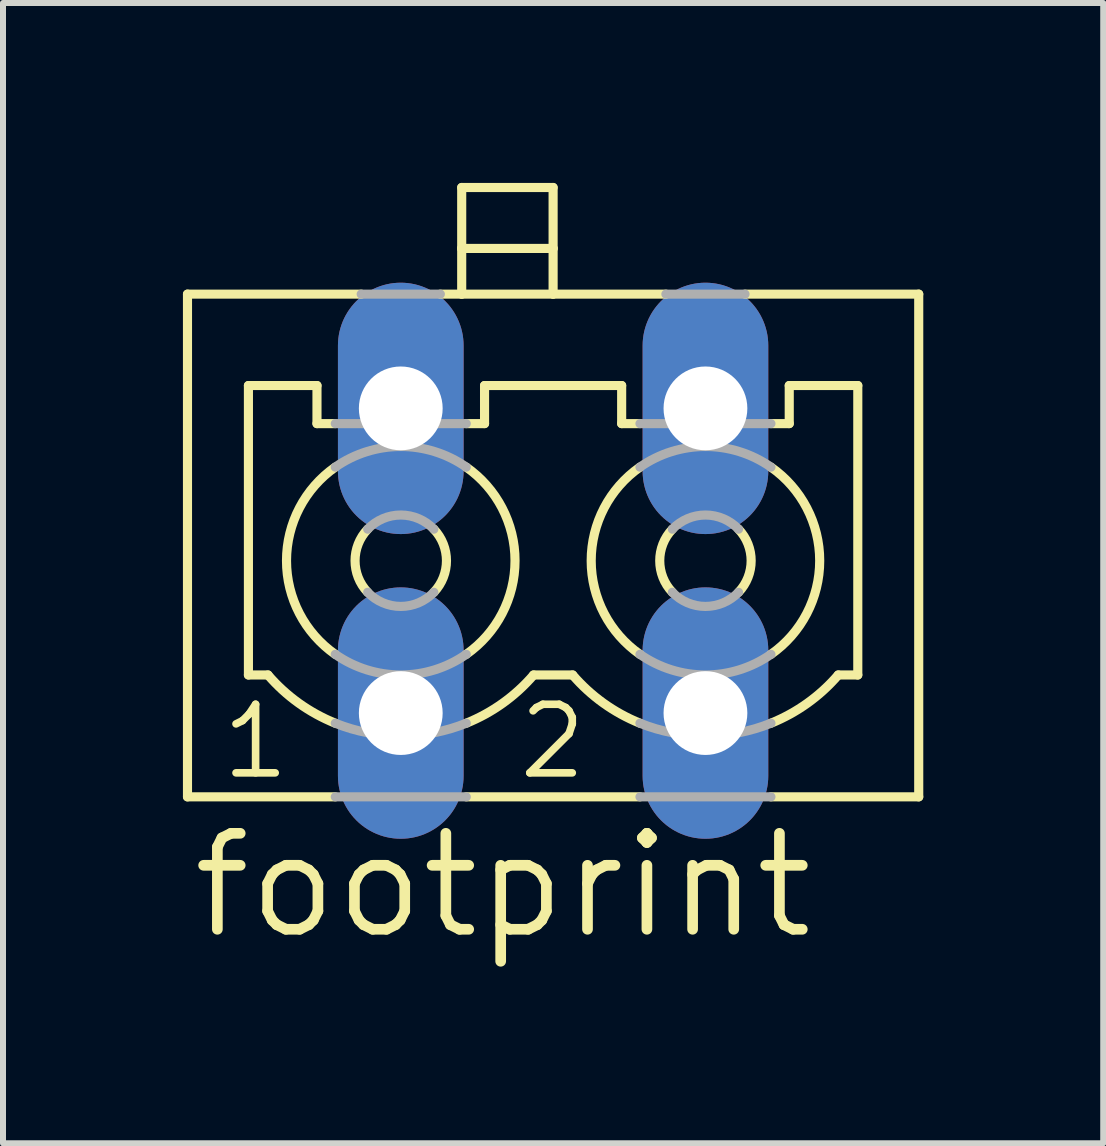
<source format=kicad_pcb>
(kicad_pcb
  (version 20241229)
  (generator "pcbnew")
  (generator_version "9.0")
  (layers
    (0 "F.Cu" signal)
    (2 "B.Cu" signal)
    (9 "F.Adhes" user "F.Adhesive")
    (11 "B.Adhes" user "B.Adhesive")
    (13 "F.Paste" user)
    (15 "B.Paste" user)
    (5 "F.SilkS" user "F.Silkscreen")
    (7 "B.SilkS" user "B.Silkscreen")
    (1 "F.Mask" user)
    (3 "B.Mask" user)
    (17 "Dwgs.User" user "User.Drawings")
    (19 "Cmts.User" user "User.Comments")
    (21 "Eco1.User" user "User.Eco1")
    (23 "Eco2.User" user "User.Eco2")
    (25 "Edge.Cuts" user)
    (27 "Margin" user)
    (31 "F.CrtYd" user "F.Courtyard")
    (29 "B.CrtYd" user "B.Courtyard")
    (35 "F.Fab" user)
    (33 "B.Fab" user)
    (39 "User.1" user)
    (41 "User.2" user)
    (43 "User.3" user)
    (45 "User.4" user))
  (footprint "footprint"
    (layer "F.Cu")
    (at 6.172 6.299)
    (property "Reference" "footprint" (at -6.096 6.35 0) (layer "F.SilkS") (effects (font (size 1.6 1.6) (thickness 0.178)) (justify left bottom)))
    (fp_line (start -6.096 -4.445) (end -6.096 3.937) (stroke (width 0.152) (type solid)) (layer "F.SilkS"))
    (fp_line (start -6.096 -4.445) (end -3.199 -4.445) (stroke (width 0.152) (type solid)) (layer "F.SilkS"))
    (fp_line (start -6.096 3.937) (end -3.632 3.937) (stroke (width 0.152) (type solid)) (layer "F.SilkS"))
    (fp_line (start -5.08 -2.921) (end -5.08 1.905) (stroke (width 0.152) (type solid)) (layer "F.SilkS"))
    (fp_line (start -5.08 -2.921) (end -3.937 -2.921) (stroke (width 0.152) (type solid)) (layer "F.SilkS"))
    (fp_line (start -5.08 1.905) (end -4.754 1.905) (stroke (width 0.152) (type solid)) (layer "F.SilkS"))
    (fp_line (start -3.937 -2.286) (end -3.937 -2.921) (stroke (width 0.152) (type solid)) (layer "F.SilkS"))
    (fp_line (start -3.937 -2.286) (end -3.632 -2.286) (stroke (width 0.152) (type solid)) (layer "F.SilkS"))
    (fp_line (start -1.88 -4.445) (end -1.524 -4.445) (stroke (width 0.152) (type solid)) (layer "F.SilkS"))
    (fp_line (start -1.524 -5.207) (end -1.524 -6.223) (stroke (width 0.152) (type solid)) (layer "F.SilkS"))
    (fp_line (start -1.524 -5.207) (end 0 -5.207) (stroke (width 0.152) (type solid)) (layer "F.SilkS"))
    (fp_line (start -1.524 -4.445) (end -1.524 -5.207) (stroke (width 0.152) (type solid)) (layer "F.SilkS"))
    (fp_line (start -1.524 -4.445) (end 0 -4.445) (stroke (width 0.152) (type solid)) (layer "F.SilkS"))
    (fp_line (start -1.448 -2.286) (end -1.143 -2.286) (stroke (width 0.152) (type solid)) (layer "F.SilkS"))
    (fp_line (start -1.448 3.937) (end 1.448 3.937) (stroke (width 0.152) (type solid)) (layer "F.SilkS"))
    (fp_line (start -1.143 -2.921) (end 1.143 -2.921) (stroke (width 0.152) (type solid)) (layer "F.SilkS"))
    (fp_line (start -1.143 -2.286) (end -1.143 -2.921) (stroke (width 0.152) (type solid)) (layer "F.SilkS"))
    (fp_line (start -0.326 1.905) (end 0.326 1.905) (stroke (width 0.152) (type solid)) (layer "F.SilkS"))
    (fp_line (start 0 -6.223) (end -1.524 -6.223) (stroke (width 0.152) (type solid)) (layer "F.SilkS"))
    (fp_line (start 0 -5.207) (end 0 -6.223) (stroke (width 0.152) (type solid)) (layer "F.SilkS"))
    (fp_line (start 0 -4.445) (end 0 -5.207) (stroke (width 0.152) (type solid)) (layer "F.SilkS"))
    (fp_line (start 0 -4.445) (end 1.88 -4.445) (stroke (width 0.152) (type solid)) (layer "F.SilkS"))
    (fp_line (start 1.143 -2.286) (end 1.143 -2.921) (stroke (width 0.152) (type solid)) (layer "F.SilkS"))
    (fp_line (start 1.143 -2.286) (end 1.448 -2.286) (stroke (width 0.152) (type solid)) (layer "F.SilkS"))
    (fp_line (start 3.2 -4.445) (end 6.096 -4.445) (stroke (width 0.152) (type solid)) (layer "F.SilkS"))
    (fp_line (start 3.632 -2.286) (end 3.937 -2.286) (stroke (width 0.152) (type solid)) (layer "F.SilkS"))
    (fp_line (start 3.632 3.937) (end 6.096 3.937) (stroke (width 0.152) (type solid)) (layer "F.SilkS"))
    (fp_line (start 3.937 -2.921) (end 5.08 -2.921) (stroke (width 0.152) (type solid)) (layer "F.SilkS"))
    (fp_line (start 3.937 -2.286) (end 3.937 -2.921) (stroke (width 0.152) (type solid)) (layer "F.SilkS"))
    (fp_line (start 4.754 1.905) (end 5.08 1.905) (stroke (width 0.152) (type solid)) (layer "F.SilkS"))
    (fp_line (start 5.08 1.905) (end 5.08 -2.921) (stroke (width 0.152) (type solid)) (layer "F.SilkS"))
    (fp_line (start 6.096 -4.445) (end 6.096 3.937) (stroke (width 0.152) (type solid)) (layer "F.SilkS"))
    (fp_arc (start -3.632199 1.560801) (mid -4.444993 0.000001) (end -3.6322 -1.5608) (stroke (width 0.1524) (type solid)) (layer "F.SilkS"))
    (fp_arc (start -3.6318 2.7092) (mid -4.241094 2.374351) (end -4.754 1.905) (stroke (width 0.1524) (type solid)) (layer "F.SilkS"))
    (fp_arc (start -3.0914 0.526) (mid -3.302049 0) (end -3.0914 -0.526) (stroke (width 0.1524) (type solid)) (layer "F.SilkS"))
    (fp_arc (start -1.988599 -0.525999) (mid -1.777951 0.000001) (end -1.9886 0.526) (stroke (width 0.1524) (type solid)) (layer "F.SilkS"))
    (fp_arc (start -1.4478 -1.5608) (mid -0.635007 0) (end -1.4478 1.5608) (stroke (width 0.1524) (type solid)) (layer "F.SilkS"))
    (fp_arc (start -0.3255 1.9051) (mid -0.838459 2.374412) (end -1.4478 2.7092) (stroke (width 0.1524) (type solid)) (layer "F.SilkS"))
    (fp_arc (start 1.4478 1.5608) (mid 0.635007 0) (end 1.4478 -1.5608) (stroke (width 0.1524) (type solid)) (layer "F.SilkS"))
    (fp_arc (start 1.4482 2.709) (mid 0.838916 2.374254) (end 0.326 1.905) (stroke (width 0.1524) (type solid)) (layer "F.SilkS"))
    (fp_arc (start 1.988599 0.525999) (mid 1.777951 -0.000001) (end 1.9886 -0.526) (stroke (width 0.1524) (type solid)) (layer "F.SilkS"))
    (fp_arc (start 3.0914 -0.526) (mid 3.302049 0) (end 3.0914 0.526) (stroke (width 0.1524) (type solid)) (layer "F.SilkS"))
    (fp_arc (start 3.632199 -1.560801) (mid 4.444993 -0.000001) (end 3.6322 1.5608) (stroke (width 0.1524) (type solid)) (layer "F.SilkS"))
    (fp_arc (start 4.754 1.905) (mid 4.241094 2.374351) (end 3.6318 2.7092) (stroke (width 0.1524) (type solid)) (layer "F.SilkS"))
    (fp_line (start -3.632 -2.286) (end -1.448 -2.286) (stroke (width 0.152) (type solid)) (layer "F.Fab"))
    (fp_line (start -3.632 3.937) (end -1.448 3.937) (stroke (width 0.152) (type solid)) (layer "F.Fab"))
    (fp_line (start -3.2 -4.445) (end -1.88 -4.445) (stroke (width 0.152) (type solid)) (layer "F.Fab"))
    (fp_line (start 1.448 -2.286) (end 3.632 -2.286) (stroke (width 0.152) (type solid)) (layer "F.Fab"))
    (fp_line (start 1.448 3.937) (end 3.632 3.937) (stroke (width 0.152) (type solid)) (layer "F.Fab"))
    (fp_line (start 1.88 -4.445) (end 3.2 -4.445) (stroke (width 0.152) (type solid)) (layer "F.Fab"))
    (fp_arc (start -3.6322 -1.5608) (mid -2.54 -1.904993) (end -1.4478 -1.5608) (stroke (width 0.1524) (type solid)) (layer "F.Fab"))
    (fp_arc (start -3.0914 -0.526) (mid -2.54 -0.762049) (end -1.9886 -0.526) (stroke (width 0.1524) (type solid)) (layer "F.Fab"))
    (fp_arc (start -1.9886 0.526) (mid -2.54 0.762049) (end -3.0914 0.526) (stroke (width 0.1524) (type solid)) (layer "F.Fab"))
    (fp_arc (start -1.4478 1.5608) (mid -2.54 1.904993) (end -3.6322 1.5608) (stroke (width 0.1524) (type solid)) (layer "F.Fab"))
    (fp_arc (start -1.4478 2.7092) (mid -2.54 2.921073) (end -3.6322 2.7092) (stroke (width 0.1524) (type solid)) (layer "F.Fab"))
    (fp_arc (start 1.4478 -1.5608) (mid 2.54 -1.904993) (end 3.6322 -1.5608) (stroke (width 0.1524) (type solid)) (layer "F.Fab"))
    (fp_arc (start 1.9886 -0.526) (mid 2.54 -0.762049) (end 3.0914 -0.526) (stroke (width 0.1524) (type solid)) (layer "F.Fab"))
    (fp_arc (start 3.0914 0.526) (mid 2.54 0.762049) (end 1.9886 0.526) (stroke (width 0.1524) (type solid)) (layer "F.Fab"))
    (fp_arc (start 3.6322 1.5608) (mid 2.54 1.904993) (end 1.4478 1.5608) (stroke (width 0.1524) (type solid)) (layer "F.Fab"))
    (fp_arc (start 3.6322 2.7092) (mid 2.54 2.921073) (end 1.4478 2.7092) (stroke (width 0.1524) (type solid)) (layer "F.Fab"))
    (fp_text user "1" (at -5.588 3.683 0) (layer "F.SilkS") (effects (font (size 1.143 1.143) (thickness 0.127)) (justify left bottom)))
    (fp_text user "2" (at -0.635 3.683 0) (layer "F.SilkS") (effects (font (size 1.143 1.143) (thickness 0.127)) (justify left bottom)))
    (pad "1" thru_hole oval (at -2.54 -2.54 90) (size 4.191 2.095) (drill 1.397) (layers "*.Cu" "*.Mask"))
    (pad "1A" thru_hole oval (at -2.54 2.54 90) (size 4.191 2.095) (drill 1.397) (layers "*.Cu" "*.Mask"))
    (pad "2" thru_hole oval (at 2.54 -2.54 90) (size 4.191 2.095) (drill 1.397) (layers "*.Cu" "*.Mask"))
    (pad "2A" thru_hole oval (at 2.54 2.54 90) (size 4.191 2.095) (drill 1.397) (layers "*.Cu" "*.Mask")))
  (gr_rect
    (start -3 -3)
    (end 15.344 16.012)
    (stroke (width 0.1) (type default))
    (fill no)
    (layer "Edge.Cuts")))
</source>
